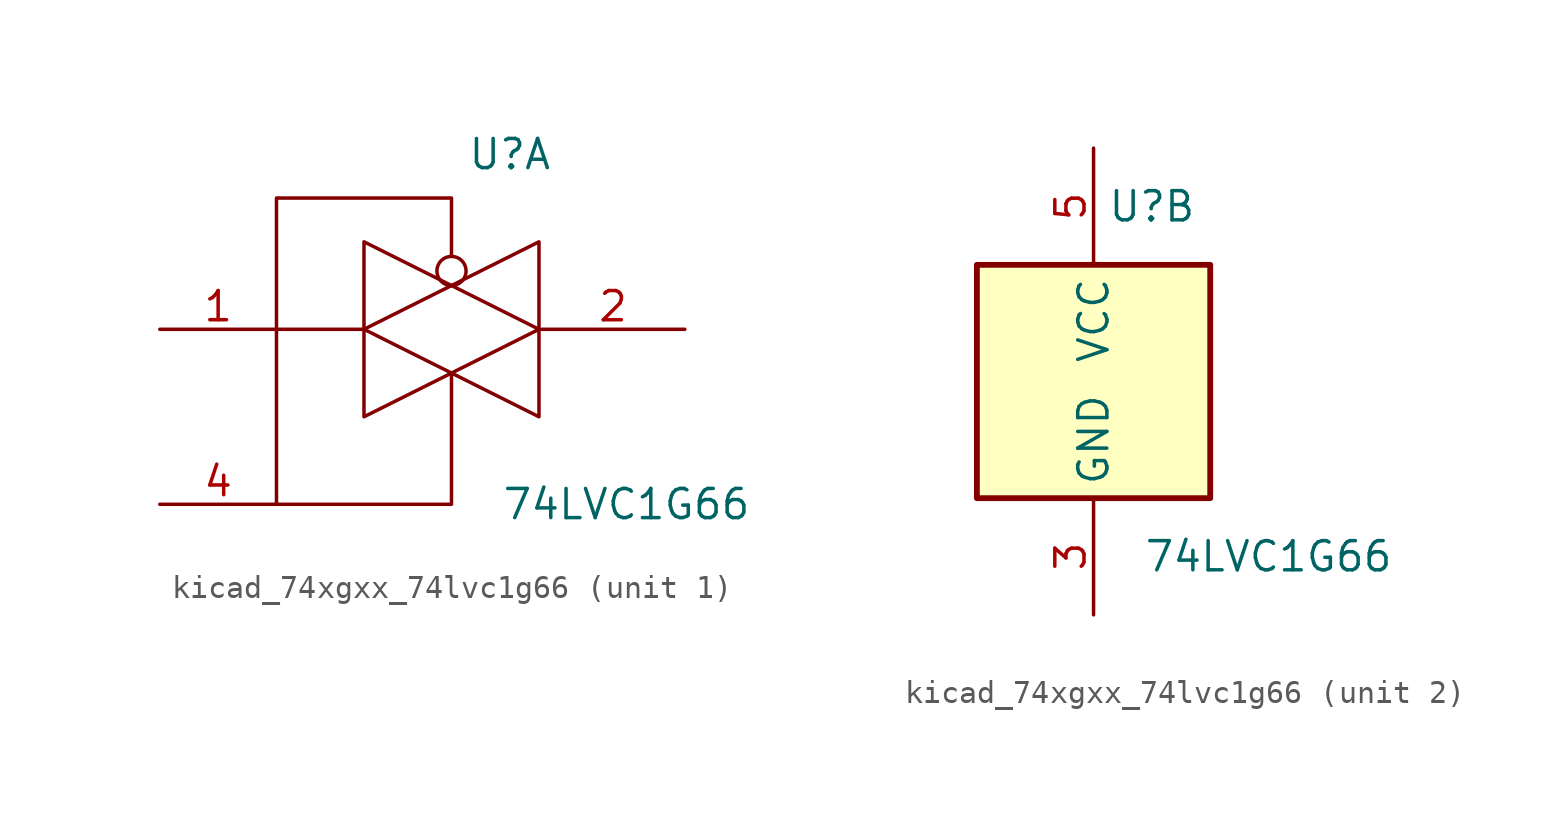
<source format=kicad_sym>
(kicad_symbol_lib
  (version 20220914)
  (generator kicad_symbol_editor)
  (symbol "kicad_74xgxx_74lvc1g66"
    (property "Reference" "U"
      (at 2.54 7.62 0)
      (effects (font (size 1.27 1.27))))
    (property "Value" "74LVC1G66"
      (at 7.62 -7.62 0)
      (effects (font (size 1.27 1.27))))
    (property "ki_locked" ""
      (at 0 0 0)
      (effects (font (size 1.27 1.27))))
    (symbol "kicad_74xgxx_74lvc1g66_1_1"
      (polyline (pts (xy -7.62 0) (xy -3.81 0)) (stroke (width 0.152) (type default)) (fill (type none)))
      (polyline (pts (xy -7.62 -7.62) (xy 0 -7.62) (xy 0 -1.905)) (stroke (width 0.152) (type default)) (fill (type none)))
      (polyline (pts (xy -7.62 -7.62) (xy -7.62 5.715) (xy 0 5.715) (xy 0 3.175)) (stroke (width 0.152) (type default)) (fill (type none)))
      (polyline (pts (xy -3.81 0) (xy 3.81 3.81) (xy 3.81 -3.81) (xy -3.81 0)) (stroke (width 0.152) (type default)) (fill (type none)))
      (polyline (pts (xy -3.81 3.81) (xy -3.81 -3.81) (xy 3.81 0) (xy -3.81 3.81)) (stroke (width 0.152) (type default)) (fill (type none)))
      (circle (center 0 2.54) (radius 0.635) (stroke (width 0.152) (type default)) (fill (type none)))
      (pin bidirectional line (at -12.7 0 0) (length 5.08) (name "~" (effects (font (size 1.27 1.27)))) (number "1" (effects (font (size 1.27 1.27)))))
      (pin bidirectional line (at 10.16 0 180) (length 6.25) (name "~" (effects (font (size 1.27 1.27)))) (number "2" (effects (font (size 1.27 1.27)))))
      (pin input line (at -12.7 -7.62 0) (length 5.08) (name "~" (effects (font (size 1.27 1.27)))) (number "4" (effects (font (size 1.27 1.27))))))
    (symbol "kicad_74xgxx_74lvc1g66_2_1"
      (rectangle (start -5.08 5.08) (end 5.08 -5.08) (stroke (width 0.254) (type default)) (fill (type background)))
      (pin power_in line (at 0 -10.16 90) (length 5.08) (name "GND" (effects (font (size 1.27 1.27)))) (number "3" (effects (font (size 1.27 1.27)))))
      (pin power_in line (at 0 10.16 270) (length 5.08) (name "VCC" (effects (font (size 1.27 1.27)))) (number "5" (effects (font (size 1.27 1.27))))))))
</source>
